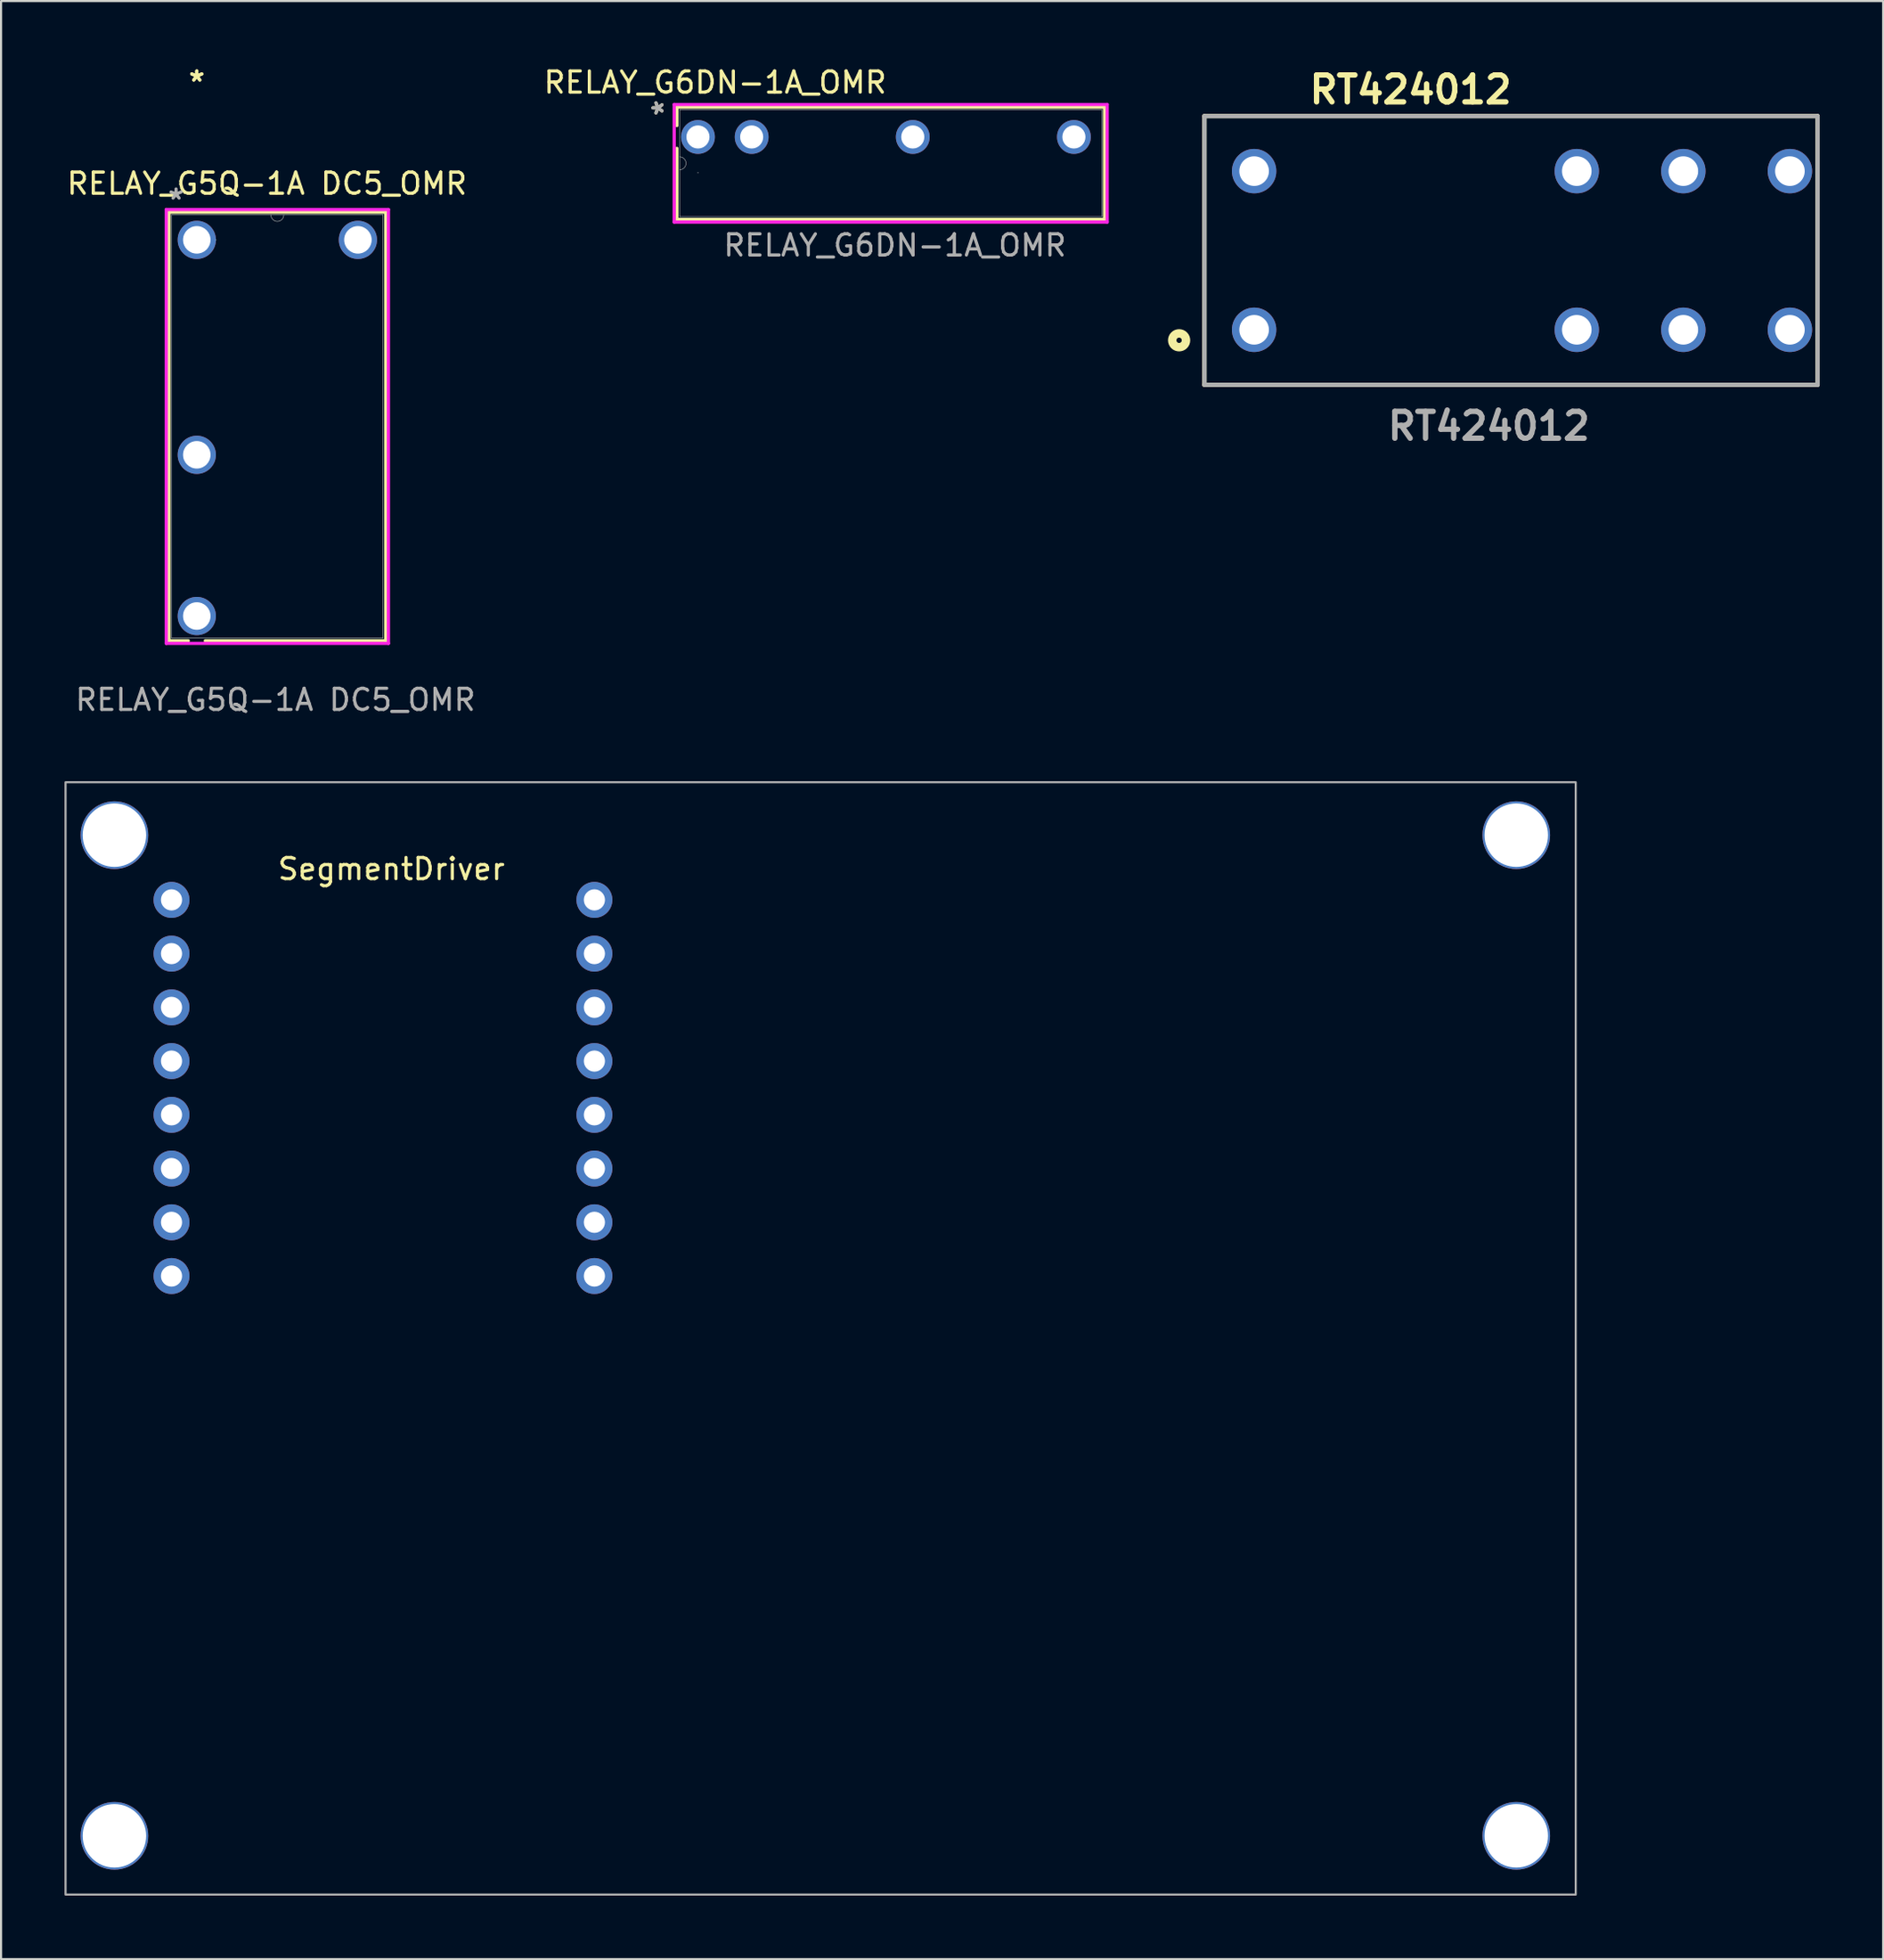
<source format=kicad_pcb>
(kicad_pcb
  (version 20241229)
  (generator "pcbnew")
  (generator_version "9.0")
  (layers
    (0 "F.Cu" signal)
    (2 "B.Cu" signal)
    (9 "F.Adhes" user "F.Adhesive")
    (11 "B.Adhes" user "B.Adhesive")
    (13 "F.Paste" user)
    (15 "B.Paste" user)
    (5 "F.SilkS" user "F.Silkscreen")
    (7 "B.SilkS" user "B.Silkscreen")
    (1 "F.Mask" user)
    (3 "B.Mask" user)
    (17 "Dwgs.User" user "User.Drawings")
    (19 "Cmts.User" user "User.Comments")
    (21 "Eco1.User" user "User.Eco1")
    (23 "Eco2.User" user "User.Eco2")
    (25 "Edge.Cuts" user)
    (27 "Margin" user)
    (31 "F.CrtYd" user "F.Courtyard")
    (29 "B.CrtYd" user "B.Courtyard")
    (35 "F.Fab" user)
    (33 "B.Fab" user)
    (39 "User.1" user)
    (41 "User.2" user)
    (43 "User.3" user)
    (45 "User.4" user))
  (footprint "RELAY_G6DN-1A_OMR"
    (layer "F.Cu")
    (at 38.775 4.748)
    (property "Reference" "RELAY_G6DN-1A_OMR" (at -8 -3.9 0) (unlocked yes) (layer "F.SilkS") (effects (font (size 1 1) (thickness 0.15))))
    (attr through_hole)
    (fp_line (start -9.812 -2.731) (end -9.812 -1.862) (stroke (width 0.152) (type solid)) (layer "F.SilkS"))
    (fp_line (start -9.812 -0.786) (end -9.812 2.573) (stroke (width 0.152) (type solid)) (layer "F.SilkS"))
    (fp_line (start -9.812 2.573) (end 10.412 2.573) (stroke (width 0.152) (type solid)) (layer "F.SilkS"))
    (fp_line (start 10.412 -2.731) (end -9.812 -2.731) (stroke (width 0.152) (type solid)) (layer "F.SilkS"))
    (fp_line (start 10.412 2.573) (end 10.412 -2.731) (stroke (width 0.152) (type solid)) (layer "F.SilkS"))
    (fp_line (start -9.939 -2.858) (end 10.539 -2.858) (stroke (width 0.152) (type solid)) (layer "F.CrtYd"))
    (fp_line (start -9.939 2.7) (end -9.939 -2.858) (stroke (width 0.152) (type solid)) (layer "F.CrtYd"))
    (fp_line (start 10.539 -2.858) (end 10.539 2.7) (stroke (width 0.152) (type solid)) (layer "F.CrtYd"))
    (fp_line (start 10.539 2.7) (end -9.939 2.7) (stroke (width 0.152) (type solid)) (layer "F.CrtYd"))
    (fp_line (start -9.685 -2.604) (end -9.685 2.446) (stroke (width 0.025) (type solid)) (layer "F.Fab"))
    (fp_line (start -9.685 2.446) (end 10.285 2.446) (stroke (width 0.025) (type solid)) (layer "F.Fab"))
    (fp_line (start 10.285 -2.604) (end -9.685 -2.604) (stroke (width 0.025) (type solid)) (layer "F.Fab"))
    (fp_line (start 10.285 2.446) (end 10.285 -2.604) (stroke (width 0.025) (type solid)) (layer "F.Fab"))
    (fp_arc (start -9.685002 -0.3838) (mid -9.380202 -0.079) (end -9.685002 0.2258) (stroke (width 0.0254) (type solid)) (layer "F.Fab"))
    (fp_circle (center -8.815 0.366) (end -8.815 0.366) (stroke (width 0.025) (type solid)) (fill no) (layer "F.Fab"))
    (fp_text user "*" (at -10.4 -2.7 90) (unlocked yes) (layer "F.SilkS") (effects (font (size 1 1) (thickness 0.15))))
    (fp_text user "*" (at -10.4 -2.7 90) (unlocked yes) (layer "F.Fab") (effects (font (size 1 1) (thickness 0.15))))
    (fp_text user "${REFERENCE}" (at 0.5 3.8 0) (unlocked yes) (layer "F.Fab") (effects (font (size 1 1) (thickness 0.15))))
    (pad "1" thru_hole circle (at -8.815 -1.324 90) (size 1.6 1.6) (drill 1.092) (layers "*.Cu" "*.Mask"))
    (pad "2" thru_hole circle (at -6.275 -1.324 90) (size 1.6 1.6) (drill 1.092) (layers "*.Cu" "*.Mask"))
    (pad "5" thru_hole circle (at 1.345 -1.324 90) (size 1.6 1.6) (drill 1.092) (layers "*.Cu" "*.Mask"))
    (pad "8" thru_hole circle (at 8.965 -1.324 90) (size 1.6 1.6) (drill 1.092) (layers "*.Cu" "*.Mask")))
  (footprint "SegmentDriver"
    (layer "F.Cu")
    (at 15.462 38.526)
    (property "Reference" "SegmentDriver" (at 0 -0.5 0) (unlocked yes) (layer "F.SilkS") (effects (font (size 1 1) (thickness 0.15))))
    (attr through_hole)
    (fp_rect (start -15.412 -4.6) (end 56.012 47.978) (stroke (width 0.1) (type solid)) (fill no) (layer "F.Fab"))
    (pad "" np_thru_hole oval (at -13.1 -2.1 180) (size 3.2 3.2) (drill 3) (layers "*.Cu" "*.Mask"))
    (pad "" np_thru_hole oval (at -13.1 45.2 180) (size 3.2 3.2) (drill 3) (layers "*.Cu" "*.Mask"))
    (pad "" np_thru_hole oval (at 53.2 -2.1 180) (size 3.2 3.2) (drill 3) (layers "*.Cu" "*.Mask"))
    (pad "" np_thru_hole oval (at 53.2 45.2 180) (size 3.2 3.2) (drill 3) (layers "*.Cu" "*.Mask"))
    (pad "1" thru_hole oval (at -10.4 0.96) (size 1.7 1.7) (drill 1) (layers "*.Cu" "*.Mask"))
    (pad "2" thru_hole oval (at -10.4 3.5) (size 1.7 1.7) (drill 1) (layers "*.Cu" "*.Mask"))
    (pad "3" thru_hole oval (at -10.4 6.04) (size 1.7 1.7) (drill 1) (layers "*.Cu" "*.Mask"))
    (pad "4" thru_hole oval (at -10.4 8.58) (size 1.7 1.7) (drill 1) (layers "*.Cu" "*.Mask"))
    (pad "5" thru_hole oval (at -10.4 11.12) (size 1.7 1.7) (drill 1) (layers "*.Cu" "*.Mask"))
    (pad "6" thru_hole oval (at -10.4 13.66) (size 1.7 1.7) (drill 1) (layers "*.Cu" "*.Mask"))
    (pad "7" thru_hole oval (at -10.4 16.2) (size 1.7 1.7) (drill 1) (layers "*.Cu" "*.Mask"))
    (pad "8" thru_hole oval (at -10.4 18.74) (size 1.7 1.7) (drill 1) (layers "*.Cu" "*.Mask"))
    (pad "9" thru_hole oval (at 9.6 16.2 180) (size 1.7 1.7) (drill 1) (layers "*.Cu" "*.Mask"))
    (pad "10" thru_hole oval (at 9.6 13.66 180) (size 1.7 1.7) (drill 1) (layers "*.Cu" "*.Mask"))
    (pad "11" thru_hole oval (at 9.6 11.12 180) (size 1.7 1.7) (drill 1) (layers "*.Cu" "*.Mask"))
    (pad "12" thru_hole oval (at 9.6 8.58 180) (size 1.7 1.7) (drill 1) (layers "*.Cu" "*.Mask"))
    (pad "13" thru_hole oval (at 9.6 6.04 180) (size 1.7 1.7) (drill 1) (layers "*.Cu" "*.Mask"))
    (pad "14" thru_hole oval (at 9.6 3.5 180) (size 1.7 1.7) (drill 1) (layers "*.Cu" "*.Mask"))
    (pad "15" thru_hole oval (at 9.6 0.96 180) (size 1.7 1.7) (drill 1) (layers "*.Cu" "*.Mask"))
    (pad "16" thru_hole oval (at 9.6 18.74 180) (size 1.7 1.7) (drill 1) (layers "*.Cu" "*.Mask")))
  (footprint "RELAY_G5Q-1A DC5_OMR"
    (layer "F.Cu")
    (at 13.877 25.928)
    (property "Reference" "RELAY_G5Q-1A DC5_OMR" (at -4.3 -20.3 0) (unlocked yes) (layer "F.SilkS") (effects (font (size 1 1) (thickness 0.15))))
    (attr through_hole)
    (fp_line (start -8.937 -18.947) (end -8.937 1.307) (stroke (width 0.152) (type solid)) (layer "F.SilkS"))
    (fp_line (start -8.937 1.307) (end -8.022 1.307) (stroke (width 0.152) (type solid)) (layer "F.SilkS"))
    (fp_line (start -7.218 1.307) (end 1.317 1.307) (stroke (width 0.152) (type solid)) (layer "F.SilkS"))
    (fp_line (start 1.317 -18.947) (end -8.937 -18.947) (stroke (width 0.152) (type solid)) (layer "F.SilkS"))
    (fp_line (start 1.317 1.307) (end 1.317 -18.947) (stroke (width 0.152) (type solid)) (layer "F.SilkS"))
    (fp_line (start -9.064 -19.074) (end 1.444 -19.074) (stroke (width 0.152) (type solid)) (layer "F.CrtYd"))
    (fp_line (start -9.064 1.434) (end -9.064 -19.074) (stroke (width 0.152) (type solid)) (layer "F.CrtYd"))
    (fp_line (start 1.444 -19.074) (end 1.444 1.434) (stroke (width 0.152) (type solid)) (layer "F.CrtYd"))
    (fp_line (start 1.444 1.434) (end -9.064 1.434) (stroke (width 0.152) (type solid)) (layer "F.CrtYd"))
    (fp_line (start -8.81 -18.82) (end -8.81 1.18) (stroke (width 0.025) (type solid)) (layer "F.Fab"))
    (fp_line (start -8.81 1.18) (end 1.19 1.18) (stroke (width 0.025) (type solid)) (layer "F.Fab"))
    (fp_line (start 1.19 -18.82) (end -8.81 -18.82) (stroke (width 0.025) (type solid)) (layer "F.Fab"))
    (fp_line (start 1.19 1.18) (end 1.19 -18.82) (stroke (width 0.025) (type solid)) (layer "F.Fab"))
    (fp_arc (start -3.5052 -18.820001) (mid -3.81 -18.515201) (end -4.1148 -18.820001) (stroke (width 0.0254) (type solid)) (layer "F.Fab"))
    (fp_circle (center -6.718 -17.64) (end -6.718 -17.64) (stroke (width 0.025) (type solid)) (fill no) (layer "F.Fab"))
    (fp_text user "*" (at -7.62 -25.08 0) (layer "F.SilkS") (effects (font (size 1 1) (thickness 0.15))))
    (fp_text user "*" (at -7.62 -25.08 0) (unlocked yes) (layer "F.SilkS") (effects (font (size 1 1) (thickness 0.15))))
    (fp_text user "${REFERENCE}" (at -3.9 4.1 0) (unlocked yes) (layer "F.Fab") (effects (font (size 1 1) (thickness 0.15))))
    (fp_text user "*" (at -8.6 -19.5 0) (unlocked yes) (layer "F.Fab") (effects (font (size 1 1) (thickness 0.15))))
    (pad "1" thru_hole circle (at -7.62 -17.64) (size 1.808 1.808) (drill 1.3) (layers "*.Cu" "*.Mask"))
    (pad "2" thru_hole circle (at -7.62 -7.48) (size 1.808 1.808) (drill 1.3) (layers "*.Cu" "*.Mask"))
    (pad "3" thru_hole circle (at -7.62 0.14) (size 1.808 1.808) (drill 1.3) (layers "*.Cu" "*.Mask"))
    (pad "5" thru_hole circle (at 0 -17.64) (size 1.808 1.808) (drill 1.3) (layers "*.Cu" "*.Mask")))
  (footprint "RT424012"
    (layer "F.Cu")
    (at 56.263 8.789)
    (property "Reference" "RT424012" (at 7.4 -7.6 0) (layer "F.SilkS") (effects (font (size 1.27 1.27) (thickness 0.254))))
    (attr through_hole)
    (fp_line (start -2.35 -6.35) (end 26.65 -6.35) (stroke (width 0.2) (type solid)) (layer "F.SilkS"))
    (fp_line (start -2.35 6.35) (end -2.35 -6.35) (stroke (width 0.2) (type solid)) (layer "F.SilkS"))
    (fp_line (start 26.65 -6.35) (end 26.65 6.35) (stroke (width 0.2) (type solid)) (layer "F.SilkS"))
    (fp_line (start 26.65 6.35) (end -2.35 6.35) (stroke (width 0.2) (type solid)) (layer "F.SilkS"))
    (fp_circle (center -3.547 4.246) (end -3.547 4.372) (stroke (width 0.4) (type solid)) (fill no) (layer "F.SilkS"))
    (fp_line (start -2.35 -6.35) (end 26.65 -6.35) (stroke (width 0.2) (type solid)) (layer "F.Fab"))
    (fp_line (start -2.35 6.35) (end -2.35 -6.35) (stroke (width 0.2) (type solid)) (layer "F.Fab"))
    (fp_line (start 26.65 -6.35) (end 26.65 6.35) (stroke (width 0.2) (type solid)) (layer "F.Fab"))
    (fp_line (start 26.65 6.35) (end -2.35 6.35) (stroke (width 0.2) (type solid)) (layer "F.Fab"))
    (fp_text user "${REFERENCE}" (at 11.1 8.3 0) (layer "F.Fab") (effects (font (size 1.27 1.27) (thickness 0.254))))
    (pad "1" thru_hole circle (at 0 3.75) (size 2.1 2.1) (drill 1.4) (layers "*.Cu" "*.Mask"))
    (pad "2" thru_hole circle (at 15.26 3.75) (size 2.1 2.1) (drill 1.4) (layers "*.Cu" "*.Mask"))
    (pad "3" thru_hole circle (at 20.3 3.75) (size 2.1 2.1) (drill 1.4) (layers "*.Cu" "*.Mask"))
    (pad "4" thru_hole circle (at 25.34 3.75) (size 2.1 2.1) (drill 1.4) (layers "*.Cu" "*.Mask"))
    (pad "5" thru_hole circle (at 25.34 -3.75) (size 2.1 2.1) (drill 1.4) (layers "*.Cu" "*.Mask"))
    (pad "6" thru_hole circle (at 20.3 -3.75) (size 2.1 2.1) (drill 1.4) (layers "*.Cu" "*.Mask"))
    (pad "7" thru_hole circle (at 15.26 -3.75) (size 2.1 2.1) (drill 1.4) (layers "*.Cu" "*.Mask"))
    (pad "8" thru_hole circle (at 0 -3.75) (size 2.1 2.1) (drill 1.4) (layers "*.Cu" "*.Mask")))
  (gr_rect
    (start -3 -3)
    (end 86.013 89.555)
    (stroke (width 0.1) (type default))
    (fill no)
    (layer "Edge.Cuts")))
</source>
